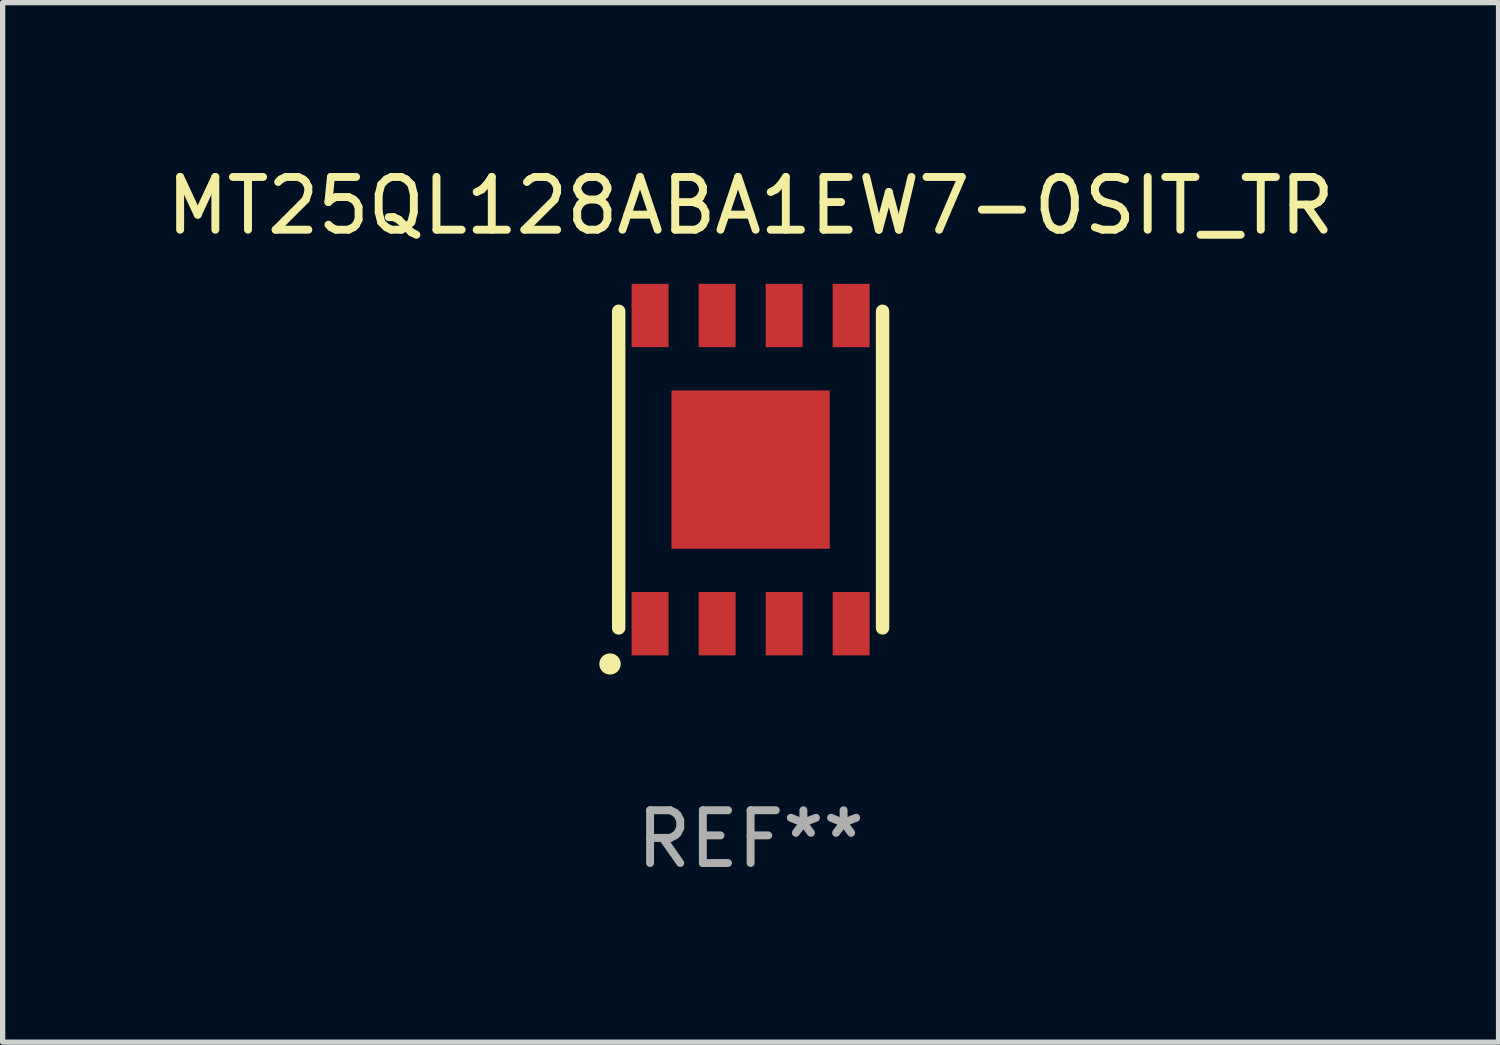
<source format=kicad_pcb>
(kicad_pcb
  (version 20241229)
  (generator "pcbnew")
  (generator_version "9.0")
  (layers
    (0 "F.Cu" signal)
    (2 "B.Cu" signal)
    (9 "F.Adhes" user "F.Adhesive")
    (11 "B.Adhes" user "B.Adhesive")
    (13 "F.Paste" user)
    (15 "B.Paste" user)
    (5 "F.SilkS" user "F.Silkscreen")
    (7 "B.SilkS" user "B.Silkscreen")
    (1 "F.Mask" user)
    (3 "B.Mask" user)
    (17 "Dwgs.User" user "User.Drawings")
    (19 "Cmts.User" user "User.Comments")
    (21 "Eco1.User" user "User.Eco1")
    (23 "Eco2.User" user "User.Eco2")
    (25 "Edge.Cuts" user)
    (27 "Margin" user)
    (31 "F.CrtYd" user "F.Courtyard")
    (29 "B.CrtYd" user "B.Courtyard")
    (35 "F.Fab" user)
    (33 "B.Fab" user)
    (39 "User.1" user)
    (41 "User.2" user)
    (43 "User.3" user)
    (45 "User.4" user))
  (footprint "MT25QL128ABA1EW7-0SIT_TR"
    (layer "F.Cu")
    (at 11.173 5.848)
    (property "Reference" "MT25QL128ABA1EW7-0SIT_TR" (at 0 -5 0) (layer "F.SilkS") (effects (font (size 1 1) (thickness 0.15))))
    (attr through_hole)
    (fp_line (start -2.5 -3) (end -2.5 3) (stroke (width 0.254) (type solid)) (layer "F.SilkS"))
    (fp_line (start 2.5 -3) (end 2.5 3) (stroke (width 0.254) (type solid)) (layer "F.SilkS"))
    (fp_arc (start -2.667005 3.683007) (mid -2.664465 3.682991) (end -2.661925 3.683007) (stroke (width 0.4) (type solid)) (layer "F.SilkS"))
    (fp_text user "REF**" (at 0 7 0) (layer "F.Fab") (effects (font (size 1 1) (thickness 0.15))))
    (pad "1" smd rect (at -1.905 2.92 90) (size 1.2 0.7) (layers "F.Cu" "F.Mask" "F.Paste"))
    (pad "2" smd rect (at -0.635 2.92 90) (size 1.2 0.7) (layers "F.Cu" "F.Mask" "F.Paste"))
    (pad "3" smd rect (at 0.635 2.92 90) (size 1.2 0.7) (layers "F.Cu" "F.Mask" "F.Paste"))
    (pad "4" smd rect (at 1.905 2.92 90) (size 1.2 0.7) (layers "F.Cu" "F.Mask" "F.Paste"))
    (pad "5" smd rect (at 1.905 -2.92 90) (size 1.2 0.7) (layers "F.Cu" "F.Mask" "F.Paste"))
    (pad "6" smd rect (at 0.635 -2.92 90) (size 1.2 0.7) (layers "F.Cu" "F.Mask" "F.Paste"))
    (pad "7" smd rect (at -0.635 -2.92 90) (size 1.2 0.7) (layers "F.Cu" "F.Mask" "F.Paste"))
    (pad "8" smd rect (at -1.905 -2.92 90) (size 1.2 0.7) (layers "F.Cu" "F.Mask" "F.Paste"))
    (pad "9" smd rect (at 0 0 90) (size 3 3) (layers "F.Cu" "F.Mask" "F.Paste")))
  (gr_rect
    (start -3 -3)
    (end 25.345 16.697)
    (stroke (width 0.1) (type default))
    (fill no)
    (layer "Edge.Cuts")))
</source>
